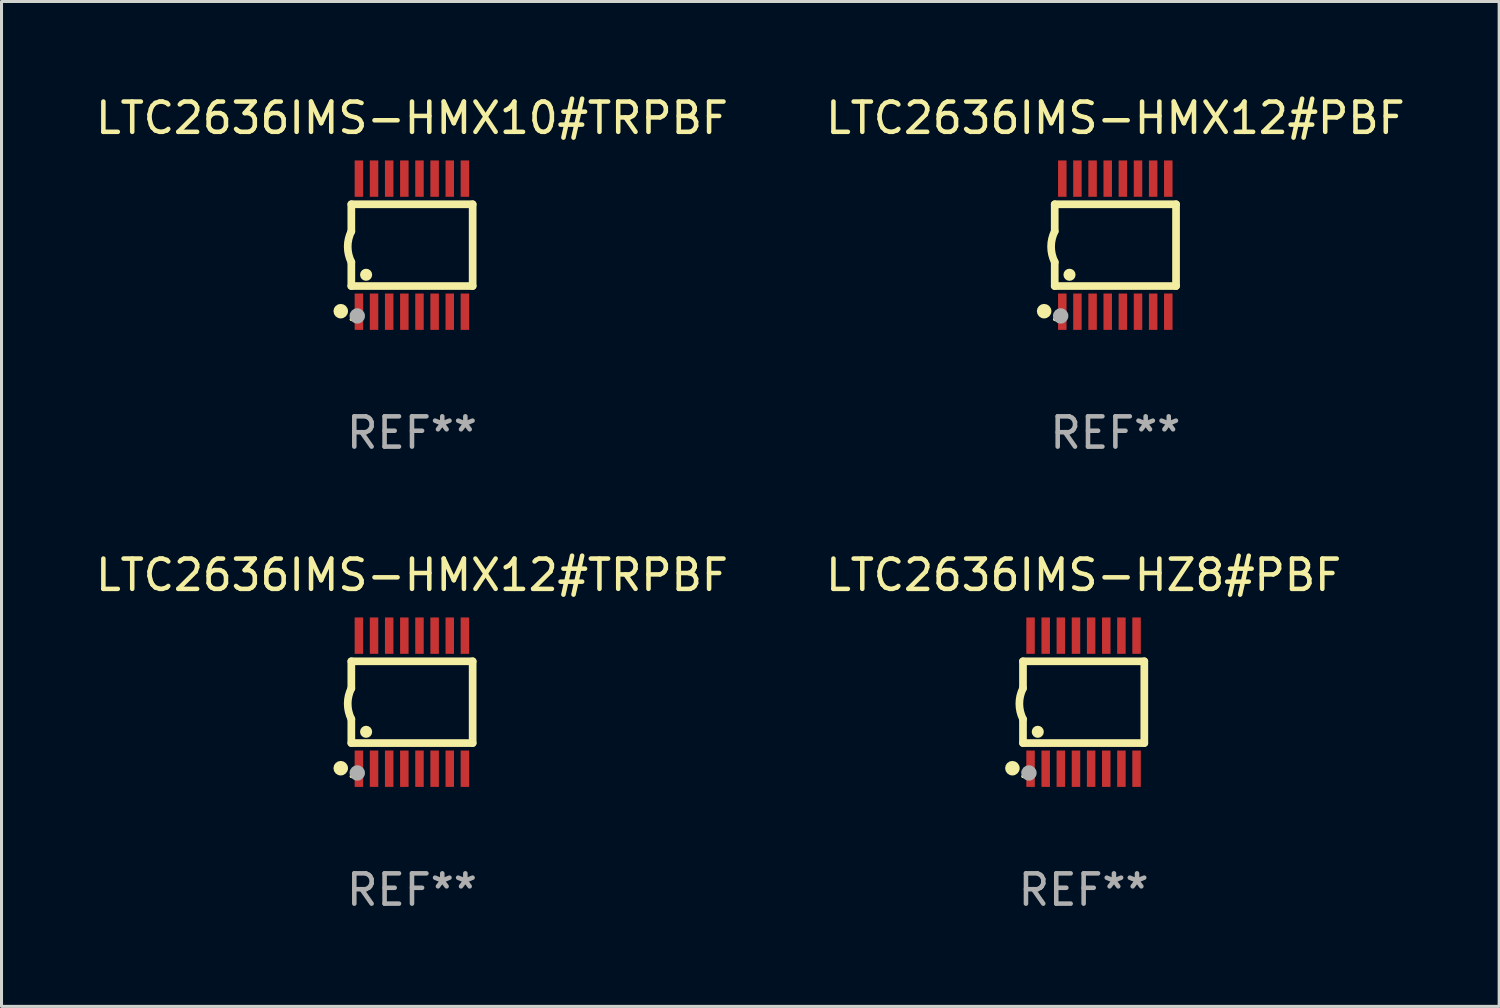
<source format=kicad_pcb>
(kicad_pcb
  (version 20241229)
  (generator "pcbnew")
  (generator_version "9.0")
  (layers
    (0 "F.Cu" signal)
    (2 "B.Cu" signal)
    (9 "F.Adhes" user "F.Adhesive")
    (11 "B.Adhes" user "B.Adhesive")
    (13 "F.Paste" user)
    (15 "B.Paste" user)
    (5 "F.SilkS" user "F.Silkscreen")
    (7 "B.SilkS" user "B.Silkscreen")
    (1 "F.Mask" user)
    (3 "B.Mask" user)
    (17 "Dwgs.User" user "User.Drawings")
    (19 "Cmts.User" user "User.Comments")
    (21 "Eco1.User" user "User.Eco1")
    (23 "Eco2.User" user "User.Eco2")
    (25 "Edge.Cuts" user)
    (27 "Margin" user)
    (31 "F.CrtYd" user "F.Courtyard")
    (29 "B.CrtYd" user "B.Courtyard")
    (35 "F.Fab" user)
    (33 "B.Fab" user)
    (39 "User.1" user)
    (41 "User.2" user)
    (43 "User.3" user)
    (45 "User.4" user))
  (footprint "LTC2636IMS-HMX12#TRPBF"
    (layer "F.Cu")
    (at 10.554 20.136)
    (property "Reference" "LTC2636IMS-HMX12#TRPBF" (at 0 -4.197 0) (layer "F.SilkS") (effects (font (size 1 1) (thickness 0.15))))
    (attr through_hole)
    (fp_line (start -2.003 -1.35) (end -2.003 -0.457) (stroke (width 0.254) (type solid)) (layer "F.SilkS"))
    (fp_line (start -2.003 -1.35) (end 2.003 -1.35) (stroke (width 0.254) (type solid)) (layer "F.SilkS"))
    (fp_line (start -2.003 1.35) (end -2.003 0.559) (stroke (width 0.254) (type solid)) (layer "F.SilkS"))
    (fp_line (start -2.003 1.35) (end 2.003 1.35) (stroke (width 0.254) (type solid)) (layer "F.SilkS"))
    (fp_line (start 2.003 -1.35) (end 2.003 1.35) (stroke (width 0.254) (type solid)) (layer "F.SilkS"))
    (fp_arc (start -2.002286 0.558802) (mid -2.122556 0.05092) (end -2.003302 -0.457201) (stroke (width 0.254001) (type solid)) (layer "F.SilkS"))
    (fp_circle (center -2.353 2.18) (end -2.233 2.18) (stroke (width 0.24) (type solid)) (fill no) (layer "F.SilkS"))
    (fp_circle (center -2.003 2.45) (end -1.973 2.45) (stroke (width 0.06) (type solid)) (fill no) (layer "F.SilkS"))
    (fp_circle (center -1.515 0.978) (end -1.415 0.978) (stroke (width 0.2) (type solid)) (fill no) (layer "F.SilkS"))
    (fp_circle (center -1.807 2.337) (end -1.68 2.337) (stroke (width 0.254) (type solid)) (fill no) (layer "F.Fab"))
    (fp_text user "REF**" (at 0 6.197 0) (layer "F.Fab") (effects (font (size 1 1) (thickness 0.15))))
    (pad "1" smd rect (at -1.753 2.197 90) (size 1.2 0.28) (layers "F.Cu" "F.Mask" "F.Paste"))
    (pad "2" smd rect (at -1.253 2.197 90) (size 1.2 0.28) (layers "F.Cu" "F.Mask" "F.Paste"))
    (pad "3" smd rect (at -0.753 2.197 90) (size 1.2 0.28) (layers "F.Cu" "F.Mask" "F.Paste"))
    (pad "4" smd rect (at -0.253 2.197 90) (size 1.2 0.28) (layers "F.Cu" "F.Mask" "F.Paste"))
    (pad "5" smd rect (at 0.247 2.197 90) (size 1.2 0.28) (layers "F.Cu" "F.Mask" "F.Paste"))
    (pad "6" smd rect (at 0.747 2.197 90) (size 1.2 0.28) (layers "F.Cu" "F.Mask" "F.Paste"))
    (pad "7" smd rect (at 1.247 2.197 90) (size 1.2 0.28) (layers "F.Cu" "F.Mask" "F.Paste"))
    (pad "8" smd rect (at 1.747 2.197 90) (size 1.2 0.28) (layers "F.Cu" "F.Mask" "F.Paste"))
    (pad "9" smd rect (at 1.747 -2.197 90) (size 1.2 0.28) (layers "F.Cu" "F.Mask" "F.Paste"))
    (pad "10" smd rect (at 1.247 -2.197 90) (size 1.2 0.28) (layers "F.Cu" "F.Mask" "F.Paste"))
    (pad "11" smd rect (at 0.747 -2.197 90) (size 1.2 0.28) (layers "F.Cu" "F.Mask" "F.Paste"))
    (pad "12" smd rect (at 0.247 -2.197 90) (size 1.2 0.28) (layers "F.Cu" "F.Mask" "F.Paste"))
    (pad "13" smd rect (at -0.253 -2.197 90) (size 1.2 0.28) (layers "F.Cu" "F.Mask" "F.Paste"))
    (pad "14" smd rect (at -0.753 -2.197 90) (size 1.2 0.28) (layers "F.Cu" "F.Mask" "F.Paste"))
    (pad "15" smd rect (at -1.253 -2.197 90) (size 1.2 0.28) (layers "F.Cu" "F.Mask" "F.Paste"))
    (pad "16" smd rect (at -1.753 -2.197 90) (size 1.2 0.28) (layers "F.Cu" "F.Mask" "F.Paste")))
  (footprint "LTC2636IMS-HMX12#PBF"
    (layer "F.Cu")
    (at 33.78 5.045)
    (property "Reference" "LTC2636IMS-HMX12#PBF" (at 0 -4.197 0) (layer "F.SilkS") (effects (font (size 1 1) (thickness 0.15))))
    (attr through_hole)
    (fp_line (start -2.003 -1.35) (end -2.003 -0.457) (stroke (width 0.254) (type solid)) (layer "F.SilkS"))
    (fp_line (start -2.003 -1.35) (end 2.003 -1.35) (stroke (width 0.254) (type solid)) (layer "F.SilkS"))
    (fp_line (start -2.003 1.35) (end -2.003 0.559) (stroke (width 0.254) (type solid)) (layer "F.SilkS"))
    (fp_line (start -2.003 1.35) (end 2.003 1.35) (stroke (width 0.254) (type solid)) (layer "F.SilkS"))
    (fp_line (start 2.003 -1.35) (end 2.003 1.35) (stroke (width 0.254) (type solid)) (layer "F.SilkS"))
    (fp_arc (start -2.002286 0.558802) (mid -2.122556 0.05092) (end -2.003302 -0.457201) (stroke (width 0.254001) (type solid)) (layer "F.SilkS"))
    (fp_circle (center -2.353 2.18) (end -2.233 2.18) (stroke (width 0.24) (type solid)) (fill no) (layer "F.SilkS"))
    (fp_circle (center -2.003 2.45) (end -1.973 2.45) (stroke (width 0.06) (type solid)) (fill no) (layer "F.SilkS"))
    (fp_circle (center -1.515 0.978) (end -1.415 0.978) (stroke (width 0.2) (type solid)) (fill no) (layer "F.SilkS"))
    (fp_circle (center -1.807 2.337) (end -1.68 2.337) (stroke (width 0.254) (type solid)) (fill no) (layer "F.Fab"))
    (fp_text user "REF**" (at 0 6.197 0) (layer "F.Fab") (effects (font (size 1 1) (thickness 0.15))))
    (pad "1" smd rect (at -1.753 2.197 90) (size 1.2 0.28) (layers "F.Cu" "F.Mask" "F.Paste"))
    (pad "2" smd rect (at -1.253 2.197 90) (size 1.2 0.28) (layers "F.Cu" "F.Mask" "F.Paste"))
    (pad "3" smd rect (at -0.753 2.197 90) (size 1.2 0.28) (layers "F.Cu" "F.Mask" "F.Paste"))
    (pad "4" smd rect (at -0.253 2.197 90) (size 1.2 0.28) (layers "F.Cu" "F.Mask" "F.Paste"))
    (pad "5" smd rect (at 0.247 2.197 90) (size 1.2 0.28) (layers "F.Cu" "F.Mask" "F.Paste"))
    (pad "6" smd rect (at 0.747 2.197 90) (size 1.2 0.28) (layers "F.Cu" "F.Mask" "F.Paste"))
    (pad "7" smd rect (at 1.247 2.197 90) (size 1.2 0.28) (layers "F.Cu" "F.Mask" "F.Paste"))
    (pad "8" smd rect (at 1.747 2.197 90) (size 1.2 0.28) (layers "F.Cu" "F.Mask" "F.Paste"))
    (pad "9" smd rect (at 1.747 -2.197 90) (size 1.2 0.28) (layers "F.Cu" "F.Mask" "F.Paste"))
    (pad "10" smd rect (at 1.247 -2.197 90) (size 1.2 0.28) (layers "F.Cu" "F.Mask" "F.Paste"))
    (pad "11" smd rect (at 0.747 -2.197 90) (size 1.2 0.28) (layers "F.Cu" "F.Mask" "F.Paste"))
    (pad "12" smd rect (at 0.247 -2.197 90) (size 1.2 0.28) (layers "F.Cu" "F.Mask" "F.Paste"))
    (pad "13" smd rect (at -0.253 -2.197 90) (size 1.2 0.28) (layers "F.Cu" "F.Mask" "F.Paste"))
    (pad "14" smd rect (at -0.753 -2.197 90) (size 1.2 0.28) (layers "F.Cu" "F.Mask" "F.Paste"))
    (pad "15" smd rect (at -1.253 -2.197 90) (size 1.2 0.28) (layers "F.Cu" "F.Mask" "F.Paste"))
    (pad "16" smd rect (at -1.753 -2.197 90) (size 1.2 0.28) (layers "F.Cu" "F.Mask" "F.Paste")))
  (footprint "LTC2636IMS-HMX10#TRPBF"
    (layer "F.Cu")
    (at 10.554 5.045)
    (property "Reference" "LTC2636IMS-HMX10#TRPBF" (at 0 -4.197 0) (layer "F.SilkS") (effects (font (size 1 1) (thickness 0.15))))
    (attr through_hole)
    (fp_line (start -2.003 -1.35) (end -2.003 -0.457) (stroke (width 0.254) (type solid)) (layer "F.SilkS"))
    (fp_line (start -2.003 -1.35) (end 2.003 -1.35) (stroke (width 0.254) (type solid)) (layer "F.SilkS"))
    (fp_line (start -2.003 1.35) (end -2.003 0.559) (stroke (width 0.254) (type solid)) (layer "F.SilkS"))
    (fp_line (start -2.003 1.35) (end 2.003 1.35) (stroke (width 0.254) (type solid)) (layer "F.SilkS"))
    (fp_line (start 2.003 -1.35) (end 2.003 1.35) (stroke (width 0.254) (type solid)) (layer "F.SilkS"))
    (fp_arc (start -2.002286 0.558802) (mid -2.122556 0.05092) (end -2.003302 -0.457201) (stroke (width 0.254001) (type solid)) (layer "F.SilkS"))
    (fp_circle (center -2.353 2.18) (end -2.233 2.18) (stroke (width 0.24) (type solid)) (fill no) (layer "F.SilkS"))
    (fp_circle (center -2.003 2.45) (end -1.973 2.45) (stroke (width 0.06) (type solid)) (fill no) (layer "F.SilkS"))
    (fp_circle (center -1.515 0.978) (end -1.415 0.978) (stroke (width 0.2) (type solid)) (fill no) (layer "F.SilkS"))
    (fp_circle (center -1.807 2.337) (end -1.68 2.337) (stroke (width 0.254) (type solid)) (fill no) (layer "F.Fab"))
    (fp_text user "REF**" (at 0 6.197 0) (layer "F.Fab") (effects (font (size 1 1) (thickness 0.15))))
    (pad "1" smd rect (at -1.753 2.197 90) (size 1.2 0.28) (layers "F.Cu" "F.Mask" "F.Paste"))
    (pad "2" smd rect (at -1.253 2.197 90) (size 1.2 0.28) (layers "F.Cu" "F.Mask" "F.Paste"))
    (pad "3" smd rect (at -0.753 2.197 90) (size 1.2 0.28) (layers "F.Cu" "F.Mask" "F.Paste"))
    (pad "4" smd rect (at -0.253 2.197 90) (size 1.2 0.28) (layers "F.Cu" "F.Mask" "F.Paste"))
    (pad "5" smd rect (at 0.247 2.197 90) (size 1.2 0.28) (layers "F.Cu" "F.Mask" "F.Paste"))
    (pad "6" smd rect (at 0.747 2.197 90) (size 1.2 0.28) (layers "F.Cu" "F.Mask" "F.Paste"))
    (pad "7" smd rect (at 1.247 2.197 90) (size 1.2 0.28) (layers "F.Cu" "F.Mask" "F.Paste"))
    (pad "8" smd rect (at 1.747 2.197 90) (size 1.2 0.28) (layers "F.Cu" "F.Mask" "F.Paste"))
    (pad "9" smd rect (at 1.747 -2.197 90) (size 1.2 0.28) (layers "F.Cu" "F.Mask" "F.Paste"))
    (pad "10" smd rect (at 1.247 -2.197 90) (size 1.2 0.28) (layers "F.Cu" "F.Mask" "F.Paste"))
    (pad "11" smd rect (at 0.747 -2.197 90) (size 1.2 0.28) (layers "F.Cu" "F.Mask" "F.Paste"))
    (pad "12" smd rect (at 0.247 -2.197 90) (size 1.2 0.28) (layers "F.Cu" "F.Mask" "F.Paste"))
    (pad "13" smd rect (at -0.253 -2.197 90) (size 1.2 0.28) (layers "F.Cu" "F.Mask" "F.Paste"))
    (pad "14" smd rect (at -0.753 -2.197 90) (size 1.2 0.28) (layers "F.Cu" "F.Mask" "F.Paste"))
    (pad "15" smd rect (at -1.253 -2.197 90) (size 1.2 0.28) (layers "F.Cu" "F.Mask" "F.Paste"))
    (pad "16" smd rect (at -1.753 -2.197 90) (size 1.2 0.28) (layers "F.Cu" "F.Mask" "F.Paste")))
  (footprint "LTC2636IMS-HZ8#PBF"
    (layer "F.Cu")
    (at 32.732 20.136)
    (property "Reference" "LTC2636IMS-HZ8#PBF" (at 0 -4.197 0) (layer "F.SilkS") (effects (font (size 1 1) (thickness 0.15))))
    (attr through_hole)
    (fp_line (start -2.003 -1.35) (end -2.003 -0.457) (stroke (width 0.254) (type solid)) (layer "F.SilkS"))
    (fp_line (start -2.003 -1.35) (end 2.003 -1.35) (stroke (width 0.254) (type solid)) (layer "F.SilkS"))
    (fp_line (start -2.003 1.35) (end -2.003 0.559) (stroke (width 0.254) (type solid)) (layer "F.SilkS"))
    (fp_line (start -2.003 1.35) (end 2.003 1.35) (stroke (width 0.254) (type solid)) (layer "F.SilkS"))
    (fp_line (start 2.003 -1.35) (end 2.003 1.35) (stroke (width 0.254) (type solid)) (layer "F.SilkS"))
    (fp_arc (start -2.002286 0.558802) (mid -2.122556 0.05092) (end -2.003302 -0.457201) (stroke (width 0.254001) (type solid)) (layer "F.SilkS"))
    (fp_circle (center -2.353 2.18) (end -2.233 2.18) (stroke (width 0.24) (type solid)) (fill no) (layer "F.SilkS"))
    (fp_circle (center -2.003 2.45) (end -1.973 2.45) (stroke (width 0.06) (type solid)) (fill no) (layer "F.SilkS"))
    (fp_circle (center -1.515 0.978) (end -1.415 0.978) (stroke (width 0.2) (type solid)) (fill no) (layer "F.SilkS"))
    (fp_circle (center -1.807 2.337) (end -1.68 2.337) (stroke (width 0.254) (type solid)) (fill no) (layer "F.Fab"))
    (fp_text user "REF**" (at 0 6.197 0) (layer "F.Fab") (effects (font (size 1 1) (thickness 0.15))))
    (pad "1" smd rect (at -1.753 2.197 90) (size 1.2 0.28) (layers "F.Cu" "F.Mask" "F.Paste"))
    (pad "2" smd rect (at -1.253 2.197 90) (size 1.2 0.28) (layers "F.Cu" "F.Mask" "F.Paste"))
    (pad "3" smd rect (at -0.753 2.197 90) (size 1.2 0.28) (layers "F.Cu" "F.Mask" "F.Paste"))
    (pad "4" smd rect (at -0.253 2.197 90) (size 1.2 0.28) (layers "F.Cu" "F.Mask" "F.Paste"))
    (pad "5" smd rect (at 0.247 2.197 90) (size 1.2 0.28) (layers "F.Cu" "F.Mask" "F.Paste"))
    (pad "6" smd rect (at 0.747 2.197 90) (size 1.2 0.28) (layers "F.Cu" "F.Mask" "F.Paste"))
    (pad "7" smd rect (at 1.247 2.197 90) (size 1.2 0.28) (layers "F.Cu" "F.Mask" "F.Paste"))
    (pad "8" smd rect (at 1.747 2.197 90) (size 1.2 0.28) (layers "F.Cu" "F.Mask" "F.Paste"))
    (pad "9" smd rect (at 1.747 -2.197 90) (size 1.2 0.28) (layers "F.Cu" "F.Mask" "F.Paste"))
    (pad "10" smd rect (at 1.247 -2.197 90) (size 1.2 0.28) (layers "F.Cu" "F.Mask" "F.Paste"))
    (pad "11" smd rect (at 0.747 -2.197 90) (size 1.2 0.28) (layers "F.Cu" "F.Mask" "F.Paste"))
    (pad "12" smd rect (at 0.247 -2.197 90) (size 1.2 0.28) (layers "F.Cu" "F.Mask" "F.Paste"))
    (pad "13" smd rect (at -0.253 -2.197 90) (size 1.2 0.28) (layers "F.Cu" "F.Mask" "F.Paste"))
    (pad "14" smd rect (at -0.753 -2.197 90) (size 1.2 0.28) (layers "F.Cu" "F.Mask" "F.Paste"))
    (pad "15" smd rect (at -1.253 -2.197 90) (size 1.2 0.28) (layers "F.Cu" "F.Mask" "F.Paste"))
    (pad "16" smd rect (at -1.753 -2.197 90) (size 1.2 0.28) (layers "F.Cu" "F.Mask" "F.Paste")))
  (gr_rect
    (start -3 -3)
    (end 46.452 30.181)
    (stroke (width 0.1) (type default))
    (fill no)
    (layer "Edge.Cuts")))
</source>
